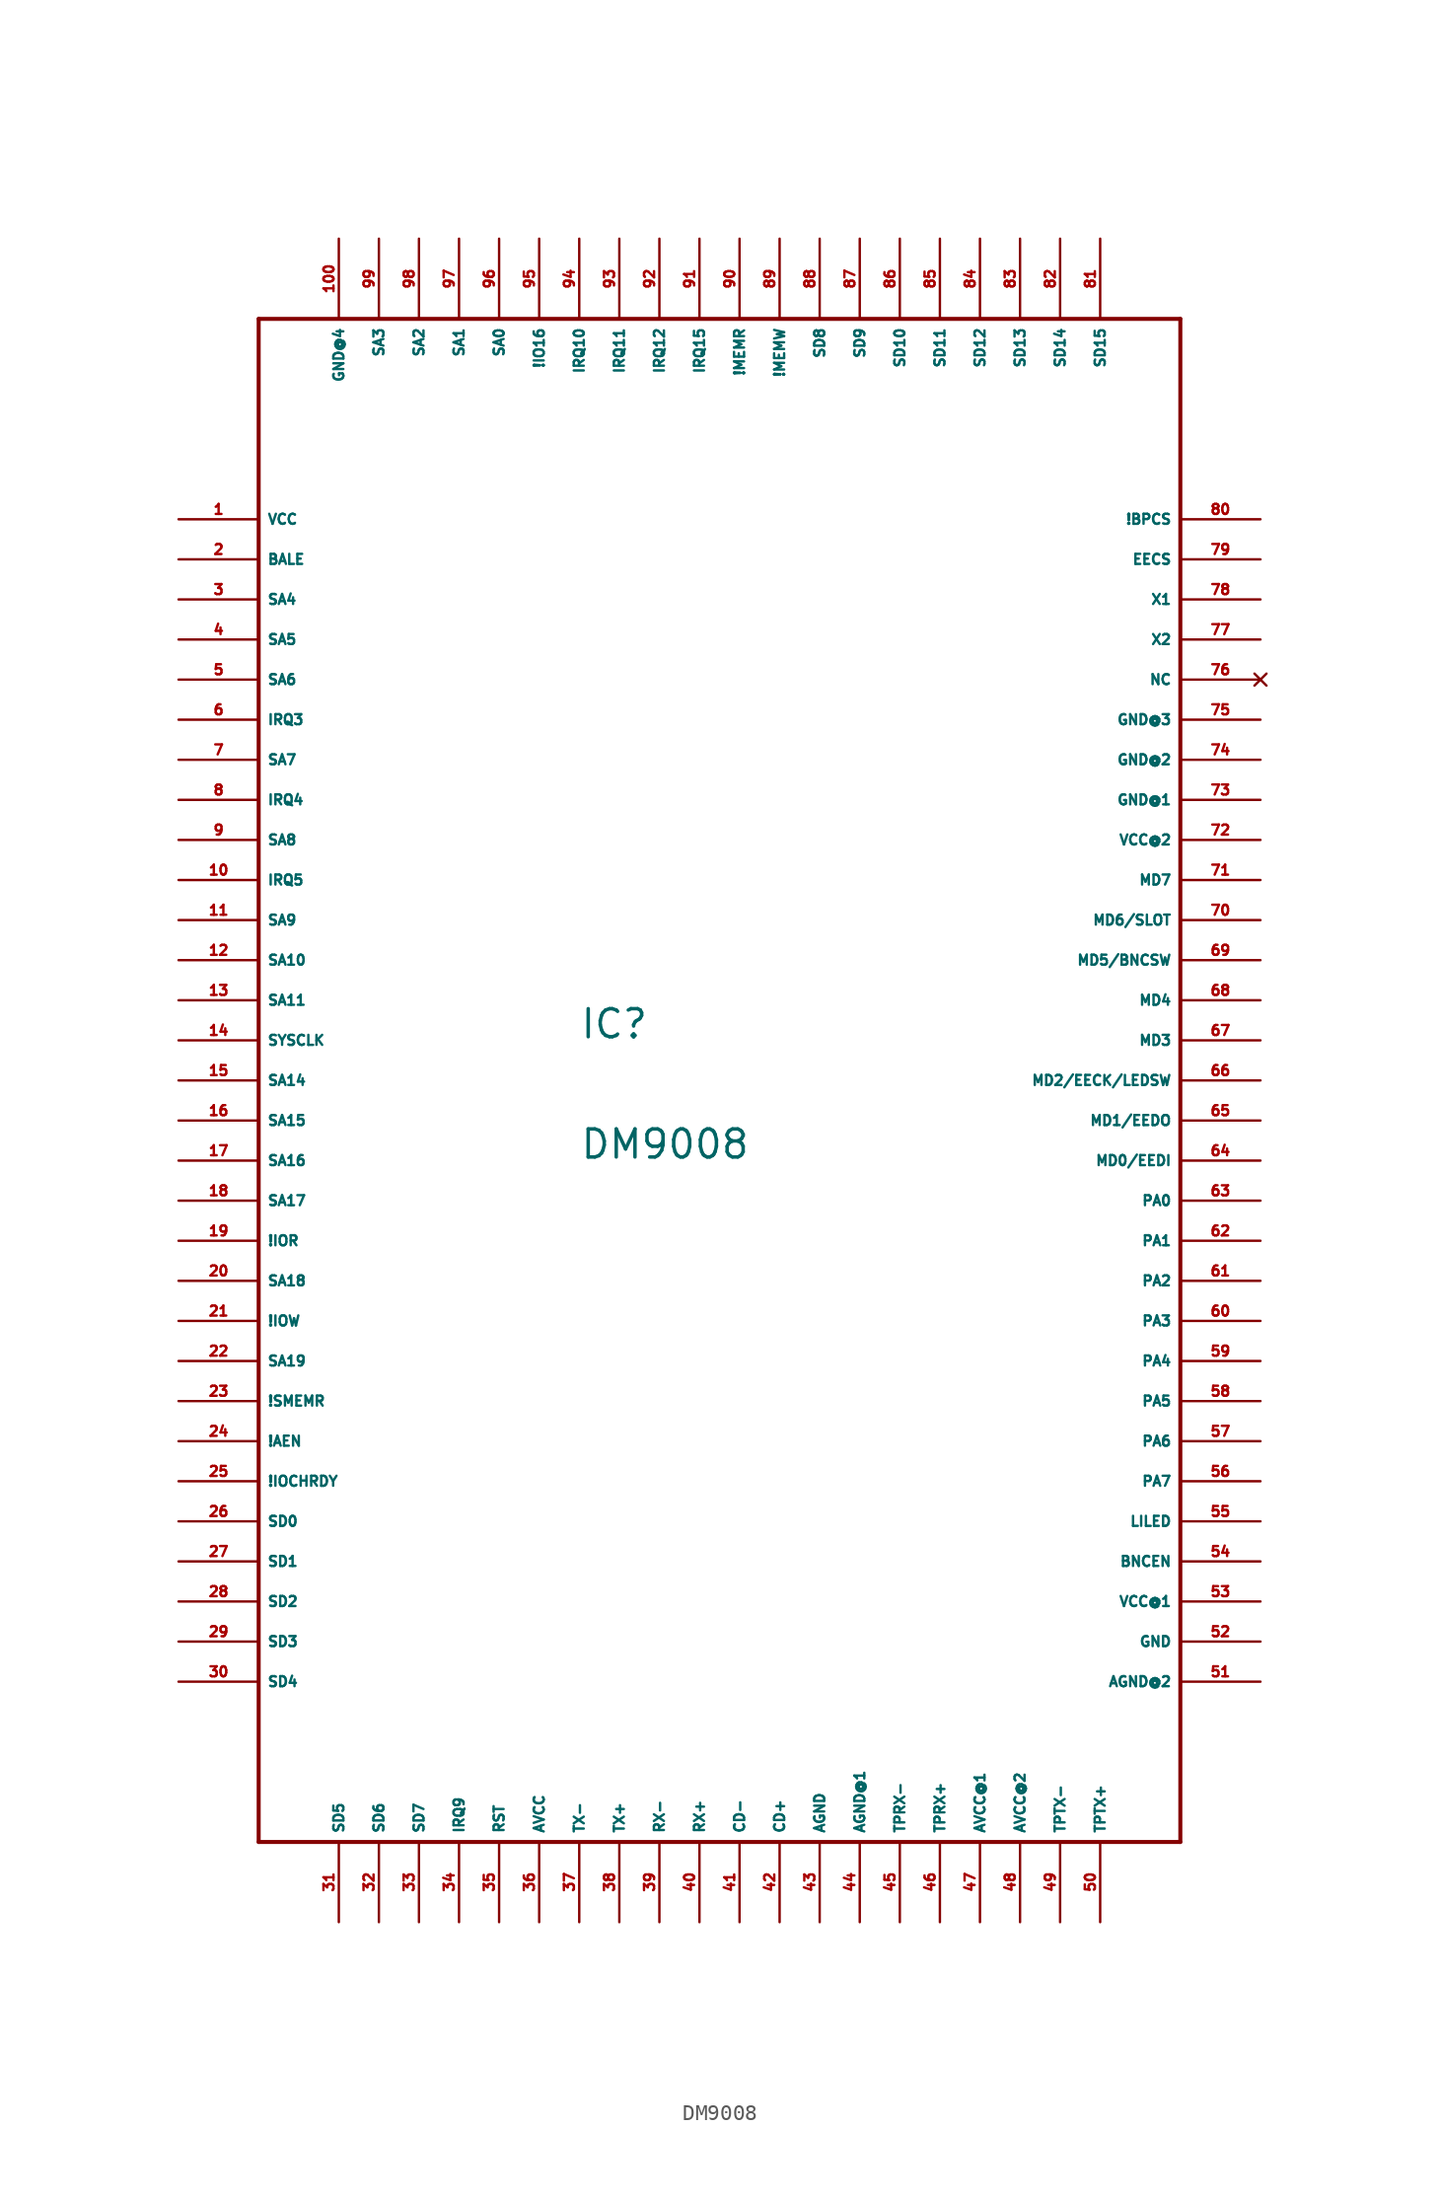
<source format=kicad_sym>
(kicad_symbol_lib
  (version 20220914)
  (generator Eagle2Kicad)
  (symbol "DM9008"
    (property "Reference" "IC"
      (at -7.62 2.54 0)
      (effects (font (size 1.778 1.778) (thickness 0.22)) (justify left bottom)))
    (property "Value" "DM9008"
      (at -7.62 -5.08 0)
      (effects (font (size 1.778 1.778) (thickness 0.22)) (justify left bottom)))
    (polyline
      (pts (xy -27.94 -48.26) (xy 30.48 -48.26))
      (stroke (width 0.254) (type default))
      (fill (type none)))
    (polyline
      (pts (xy 30.48 -48.26) (xy 30.48 48.26))
      (stroke (width 0.254) (type default))
      (fill (type none)))
    (polyline
      (pts (xy 30.48 48.26) (xy -27.94 48.26))
      (stroke (width 0.254) (type default))
      (fill (type none)))
    (polyline
      (pts (xy -27.94 48.26) (xy -27.94 -48.26))
      (stroke (width 0.254) (type default))
      (fill (type none)))
    (pin unspecified line
      (at -33.02 35.56 0)
      (length 5.08)
      (name "VCC" (effects (font (size 0.635 0.635) (thickness 0.08)) (justify left bottom)))
      (number "1" (effects (font (size 0.635 0.635) (thickness 0.08)) (justify left bottom))))
    (pin input line
      (at -33.02 33.02 0)
      (length 5.08)
      (name "BALE" (effects (font (size 0.635 0.635) (thickness 0.08)) (justify left bottom)))
      (number "2" (effects (font (size 0.635 0.635) (thickness 0.08)) (justify left bottom))))
    (pin input line
      (at -33.02 30.48 0)
      (length 5.08)
      (name "SA4" (effects (font (size 0.635 0.635) (thickness 0.08)) (justify left bottom)))
      (number "3" (effects (font (size 0.635 0.635) (thickness 0.08)) (justify left bottom))))
    (pin input line
      (at -33.02 27.94 0)
      (length 5.08)
      (name "SA5" (effects (font (size 0.635 0.635) (thickness 0.08)) (justify left bottom)))
      (number "4" (effects (font (size 0.635 0.635) (thickness 0.08)) (justify left bottom))))
    (pin input line
      (at -33.02 25.4 0)
      (length 5.08)
      (name "SA6" (effects (font (size 0.635 0.635) (thickness 0.08)) (justify left bottom)))
      (number "5" (effects (font (size 0.635 0.635) (thickness 0.08)) (justify left bottom))))
    (pin tri_state line
      (at -33.02 22.86 0)
      (length 5.08)
      (name "IRQ3" (effects (font (size 0.635 0.635) (thickness 0.08)) (justify left bottom)))
      (number "6" (effects (font (size 0.635 0.635) (thickness 0.08)) (justify left bottom))))
    (pin input line
      (at -33.02 20.32 0)
      (length 5.08)
      (name "SA7" (effects (font (size 0.635 0.635) (thickness 0.08)) (justify left bottom)))
      (number "7" (effects (font (size 0.635 0.635) (thickness 0.08)) (justify left bottom))))
    (pin tri_state line
      (at -33.02 17.78 0)
      (length 5.08)
      (name "IRQ4" (effects (font (size 0.635 0.635) (thickness 0.08)) (justify left bottom)))
      (number "8" (effects (font (size 0.635 0.635) (thickness 0.08)) (justify left bottom))))
    (pin input line
      (at -33.02 15.24 0)
      (length 5.08)
      (name "SA8" (effects (font (size 0.635 0.635) (thickness 0.08)) (justify left bottom)))
      (number "9" (effects (font (size 0.635 0.635) (thickness 0.08)) (justify left bottom))))
    (pin tri_state line
      (at -33.02 12.7 0)
      (length 5.08)
      (name "IRQ5" (effects (font (size 0.635 0.635) (thickness 0.08)) (justify left bottom)))
      (number "10" (effects (font (size 0.635 0.635) (thickness 0.08)) (justify left bottom))))
    (pin input line
      (at -33.02 10.16 0)
      (length 5.08)
      (name "SA9" (effects (font (size 0.635 0.635) (thickness 0.08)) (justify left bottom)))
      (number "11" (effects (font (size 0.635 0.635) (thickness 0.08)) (justify left bottom))))
    (pin input line
      (at -33.02 7.62 0)
      (length 5.08)
      (name "SA10" (effects (font (size 0.635 0.635) (thickness 0.08)) (justify left bottom)))
      (number "12" (effects (font (size 0.635 0.635) (thickness 0.08)) (justify left bottom))))
    (pin input line
      (at -33.02 5.08 0)
      (length 5.08)
      (name "SA11" (effects (font (size 0.635 0.635) (thickness 0.08)) (justify left bottom)))
      (number "13" (effects (font (size 0.635 0.635) (thickness 0.08)) (justify left bottom))))
    (pin input line
      (at -33.02 2.54 0)
      (length 5.08)
      (name "SYSCLK" (effects (font (size 0.635 0.635) (thickness 0.08)) (justify left bottom)))
      (number "14" (effects (font (size 0.635 0.635) (thickness 0.08)) (justify left bottom))))
    (pin input line
      (at -33.02 0 0)
      (length 5.08)
      (name "SA14" (effects (font (size 0.635 0.635) (thickness 0.08)) (justify left bottom)))
      (number "15" (effects (font (size 0.635 0.635) (thickness 0.08)) (justify left bottom))))
    (pin input line
      (at -33.02 -2.54 0)
      (length 5.08)
      (name "SA15" (effects (font (size 0.635 0.635) (thickness 0.08)) (justify left bottom)))
      (number "16" (effects (font (size 0.635 0.635) (thickness 0.08)) (justify left bottom))))
    (pin input line
      (at -33.02 -5.08 0)
      (length 5.08)
      (name "SA16" (effects (font (size 0.635 0.635) (thickness 0.08)) (justify left bottom)))
      (number "17" (effects (font (size 0.635 0.635) (thickness 0.08)) (justify left bottom))))
    (pin input line
      (at -33.02 -7.62 0)
      (length 5.08)
      (name "SA17" (effects (font (size 0.635 0.635) (thickness 0.08)) (justify left bottom)))
      (number "18" (effects (font (size 0.635 0.635) (thickness 0.08)) (justify left bottom))))
    (pin input line
      (at -33.02 -10.16 0)
      (length 5.08)
      (name "!IOR" (effects (font (size 0.635 0.635) (thickness 0.08)) (justify left bottom)))
      (number "19" (effects (font (size 0.635 0.635) (thickness 0.08)) (justify left bottom))))
    (pin input line
      (at -33.02 -12.7 0)
      (length 5.08)
      (name "SA18" (effects (font (size 0.635 0.635) (thickness 0.08)) (justify left bottom)))
      (number "20" (effects (font (size 0.635 0.635) (thickness 0.08)) (justify left bottom))))
    (pin input line
      (at -33.02 -15.24 0)
      (length 5.08)
      (name "!IOW" (effects (font (size 0.635 0.635) (thickness 0.08)) (justify left bottom)))
      (number "21" (effects (font (size 0.635 0.635) (thickness 0.08)) (justify left bottom))))
    (pin input line
      (at -33.02 -17.78 0)
      (length 5.08)
      (name "SA19" (effects (font (size 0.635 0.635) (thickness 0.08)) (justify left bottom)))
      (number "22" (effects (font (size 0.635 0.635) (thickness 0.08)) (justify left bottom))))
    (pin input line
      (at -33.02 -20.32 0)
      (length 5.08)
      (name "!SMEMR" (effects (font (size 0.635 0.635) (thickness 0.08)) (justify left bottom)))
      (number "23" (effects (font (size 0.635 0.635) (thickness 0.08)) (justify left bottom))))
    (pin input line
      (at -33.02 -22.86 0)
      (length 5.08)
      (name "!AEN" (effects (font (size 0.635 0.635) (thickness 0.08)) (justify left bottom)))
      (number "24" (effects (font (size 0.635 0.635) (thickness 0.08)) (justify left bottom))))
    (pin tri_state line
      (at -33.02 -25.4 0)
      (length 5.08)
      (name "!IOCHRDY" (effects (font (size 0.635 0.635) (thickness 0.08)) (justify left bottom)))
      (number "25" (effects (font (size 0.635 0.635) (thickness 0.08)) (justify left bottom))))
    (pin tri_state line
      (at -33.02 -27.94 0)
      (length 5.08)
      (name "SD0" (effects (font (size 0.635 0.635) (thickness 0.08)) (justify left bottom)))
      (number "26" (effects (font (size 0.635 0.635) (thickness 0.08)) (justify left bottom))))
    (pin tri_state line
      (at -33.02 -30.48 0)
      (length 5.08)
      (name "SD1" (effects (font (size 0.635 0.635) (thickness 0.08)) (justify left bottom)))
      (number "27" (effects (font (size 0.635 0.635) (thickness 0.08)) (justify left bottom))))
    (pin tri_state line
      (at -33.02 -33.02 0)
      (length 5.08)
      (name "SD2" (effects (font (size 0.635 0.635) (thickness 0.08)) (justify left bottom)))
      (number "28" (effects (font (size 0.635 0.635) (thickness 0.08)) (justify left bottom))))
    (pin tri_state line
      (at -33.02 -35.56 0)
      (length 5.08)
      (name "SD3" (effects (font (size 0.635 0.635) (thickness 0.08)) (justify left bottom)))
      (number "29" (effects (font (size 0.635 0.635) (thickness 0.08)) (justify left bottom))))
    (pin tri_state line
      (at -33.02 -38.1 0)
      (length 5.08)
      (name "SD4" (effects (font (size 0.635 0.635) (thickness 0.08)) (justify left bottom)))
      (number "30" (effects (font (size 0.635 0.635) (thickness 0.08)) (justify left bottom))))
    (pin tri_state line
      (at -22.86 -53.34 90)
      (length 5.08)
      (name "SD5" (effects (font (size 0.635 0.635) (thickness 0.08)) (justify left bottom)))
      (number "31" (effects (font (size 0.635 0.635) (thickness 0.08)) (justify left bottom))))
    (pin tri_state line
      (at -20.32 -53.34 90)
      (length 5.08)
      (name "SD6" (effects (font (size 0.635 0.635) (thickness 0.08)) (justify left bottom)))
      (number "32" (effects (font (size 0.635 0.635) (thickness 0.08)) (justify left bottom))))
    (pin tri_state line
      (at -17.78 -53.34 90)
      (length 5.08)
      (name "SD7" (effects (font (size 0.635 0.635) (thickness 0.08)) (justify left bottom)))
      (number "33" (effects (font (size 0.635 0.635) (thickness 0.08)) (justify left bottom))))
    (pin tri_state line
      (at -15.24 -53.34 90)
      (length 5.08)
      (name "IRQ9" (effects (font (size 0.635 0.635) (thickness 0.08)) (justify left bottom)))
      (number "34" (effects (font (size 0.635 0.635) (thickness 0.08)) (justify left bottom))))
    (pin input line
      (at -12.7 -53.34 90)
      (length 5.08)
      (name "RST" (effects (font (size 0.635 0.635) (thickness 0.08)) (justify left bottom)))
      (number "35" (effects (font (size 0.635 0.635) (thickness 0.08)) (justify left bottom))))
    (pin unspecified line
      (at -10.16 -53.34 90)
      (length 5.08)
      (name "AVCC" (effects (font (size 0.635 0.635) (thickness 0.08)) (justify left bottom)))
      (number "36" (effects (font (size 0.635 0.635) (thickness 0.08)) (justify left bottom))))
    (pin output line
      (at -7.62 -53.34 90)
      (length 5.08)
      (name "TX-" (effects (font (size 0.635 0.635) (thickness 0.08)) (justify left bottom)))
      (number "37" (effects (font (size 0.635 0.635) (thickness 0.08)) (justify left bottom))))
    (pin output line
      (at -5.08 -53.34 90)
      (length 5.08)
      (name "TX+" (effects (font (size 0.635 0.635) (thickness 0.08)) (justify left bottom)))
      (number "38" (effects (font (size 0.635 0.635) (thickness 0.08)) (justify left bottom))))
    (pin input line
      (at -2.54 -53.34 90)
      (length 5.08)
      (name "RX-" (effects (font (size 0.635 0.635) (thickness 0.08)) (justify left bottom)))
      (number "39" (effects (font (size 0.635 0.635) (thickness 0.08)) (justify left bottom))))
    (pin input line
      (at 0 -53.34 90)
      (length 5.08)
      (name "RX+" (effects (font (size 0.635 0.635) (thickness 0.08)) (justify left bottom)))
      (number "40" (effects (font (size 0.635 0.635) (thickness 0.08)) (justify left bottom))))
    (pin input line
      (at 2.54 -53.34 90)
      (length 5.08)
      (name "CD-" (effects (font (size 0.635 0.635) (thickness 0.08)) (justify left bottom)))
      (number "41" (effects (font (size 0.635 0.635) (thickness 0.08)) (justify left bottom))))
    (pin input line
      (at 5.08 -53.34 90)
      (length 5.08)
      (name "CD+" (effects (font (size 0.635 0.635) (thickness 0.08)) (justify left bottom)))
      (number "42" (effects (font (size 0.635 0.635) (thickness 0.08)) (justify left bottom))))
    (pin unspecified line
      (at 7.62 -53.34 90)
      (length 5.08)
      (name "AGND" (effects (font (size 0.635 0.635) (thickness 0.08)) (justify left bottom)))
      (number "43" (effects (font (size 0.635 0.635) (thickness 0.08)) (justify left bottom))))
    (pin unspecified line
      (at 10.16 -53.34 90)
      (length 5.08)
      (name "AGND@1" (effects (font (size 0.635 0.635) (thickness 0.08)) (justify left bottom)))
      (number "44" (effects (font (size 0.635 0.635) (thickness 0.08)) (justify left bottom))))
    (pin input line
      (at 12.7 -53.34 90)
      (length 5.08)
      (name "TPRX-" (effects (font (size 0.635 0.635) (thickness 0.08)) (justify left bottom)))
      (number "45" (effects (font (size 0.635 0.635) (thickness 0.08)) (justify left bottom))))
    (pin input line
      (at 15.24 -53.34 90)
      (length 5.08)
      (name "TPRX+" (effects (font (size 0.635 0.635) (thickness 0.08)) (justify left bottom)))
      (number "46" (effects (font (size 0.635 0.635) (thickness 0.08)) (justify left bottom))))
    (pin unspecified line
      (at 17.78 -53.34 90)
      (length 5.08)
      (name "AVCC@1" (effects (font (size 0.635 0.635) (thickness 0.08)) (justify left bottom)))
      (number "47" (effects (font (size 0.635 0.635) (thickness 0.08)) (justify left bottom))))
    (pin unspecified line
      (at 20.32 -53.34 90)
      (length 5.08)
      (name "AVCC@2" (effects (font (size 0.635 0.635) (thickness 0.08)) (justify left bottom)))
      (number "48" (effects (font (size 0.635 0.635) (thickness 0.08)) (justify left bottom))))
    (pin output line
      (at 22.86 -53.34 90)
      (length 5.08)
      (name "TPTX-" (effects (font (size 0.635 0.635) (thickness 0.08)) (justify left bottom)))
      (number "49" (effects (font (size 0.635 0.635) (thickness 0.08)) (justify left bottom))))
    (pin output line
      (at 25.4 -53.34 90)
      (length 5.08)
      (name "TPTX+" (effects (font (size 0.635 0.635) (thickness 0.08)) (justify left bottom)))
      (number "50" (effects (font (size 0.635 0.635) (thickness 0.08)) (justify left bottom))))
    (pin unspecified line
      (at 35.56 -38.1 180)
      (length 5.08)
      (name "AGND@2" (effects (font (size 0.635 0.635) (thickness 0.08)) (justify left bottom)))
      (number "51" (effects (font (size 0.635 0.635) (thickness 0.08)) (justify left bottom))))
    (pin unspecified line
      (at 35.56 -35.56 180)
      (length 5.08)
      (name "GND" (effects (font (size 0.635 0.635) (thickness 0.08)) (justify left bottom)))
      (number "52" (effects (font (size 0.635 0.635) (thickness 0.08)) (justify left bottom))))
    (pin unspecified line
      (at 35.56 -33.02 180)
      (length 5.08)
      (name "VCC@1" (effects (font (size 0.635 0.635) (thickness 0.08)) (justify left bottom)))
      (number "53" (effects (font (size 0.635 0.635) (thickness 0.08)) (justify left bottom))))
    (pin output line
      (at 35.56 -30.48 180)
      (length 5.08)
      (name "BNCEN" (effects (font (size 0.635 0.635) (thickness 0.08)) (justify left bottom)))
      (number "54" (effects (font (size 0.635 0.635) (thickness 0.08)) (justify left bottom))))
    (pin open_collector line
      (at 35.56 -27.94 180)
      (length 5.08)
      (name "LILED" (effects (font (size 0.635 0.635) (thickness 0.08)) (justify left bottom)))
      (number "55" (effects (font (size 0.635 0.635) (thickness 0.08)) (justify left bottom))))
    (pin output line
      (at 35.56 -25.4 180)
      (length 5.08)
      (name "PA7" (effects (font (size 0.635 0.635) (thickness 0.08)) (justify left bottom)))
      (number "56" (effects (font (size 0.635 0.635) (thickness 0.08)) (justify left bottom))))
    (pin output line
      (at 35.56 -22.86 180)
      (length 5.08)
      (name "PA6" (effects (font (size 0.635 0.635) (thickness 0.08)) (justify left bottom)))
      (number "57" (effects (font (size 0.635 0.635) (thickness 0.08)) (justify left bottom))))
    (pin output line
      (at 35.56 -20.32 180)
      (length 5.08)
      (name "PA5" (effects (font (size 0.635 0.635) (thickness 0.08)) (justify left bottom)))
      (number "58" (effects (font (size 0.635 0.635) (thickness 0.08)) (justify left bottom))))
    (pin output line
      (at 35.56 -17.78 180)
      (length 5.08)
      (name "PA4" (effects (font (size 0.635 0.635) (thickness 0.08)) (justify left bottom)))
      (number "59" (effects (font (size 0.635 0.635) (thickness 0.08)) (justify left bottom))))
    (pin output line
      (at 35.56 -15.24 180)
      (length 5.08)
      (name "PA3" (effects (font (size 0.635 0.635) (thickness 0.08)) (justify left bottom)))
      (number "60" (effects (font (size 0.635 0.635) (thickness 0.08)) (justify left bottom))))
    (pin output line
      (at 35.56 -12.7 180)
      (length 5.08)
      (name "PA2" (effects (font (size 0.635 0.635) (thickness 0.08)) (justify left bottom)))
      (number "61" (effects (font (size 0.635 0.635) (thickness 0.08)) (justify left bottom))))
    (pin output line
      (at 35.56 -10.16 180)
      (length 5.08)
      (name "PA1" (effects (font (size 0.635 0.635) (thickness 0.08)) (justify left bottom)))
      (number "62" (effects (font (size 0.635 0.635) (thickness 0.08)) (justify left bottom))))
    (pin output line
      (at 35.56 -7.62 180)
      (length 5.08)
      (name "PA0" (effects (font (size 0.635 0.635) (thickness 0.08)) (justify left bottom)))
      (number "63" (effects (font (size 0.635 0.635) (thickness 0.08)) (justify left bottom))))
    (pin tri_state line
      (at 35.56 -5.08 180)
      (length 5.08)
      (name "MD0/EEDI" (effects (font (size 0.635 0.635) (thickness 0.08)) (justify left bottom)))
      (number "64" (effects (font (size 0.635 0.635) (thickness 0.08)) (justify left bottom))))
    (pin tri_state line
      (at 35.56 -2.54 180)
      (length 5.08)
      (name "MD1/EEDO" (effects (font (size 0.635 0.635) (thickness 0.08)) (justify left bottom)))
      (number "65" (effects (font (size 0.635 0.635) (thickness 0.08)) (justify left bottom))))
    (pin tri_state line
      (at 35.56 0 180)
      (length 5.08)
      (name "MD2/EECK/LEDSW" (effects (font (size 0.635 0.635) (thickness 0.08)) (justify left bottom)))
      (number "66" (effects (font (size 0.635 0.635) (thickness 0.08)) (justify left bottom))))
    (pin tri_state line
      (at 35.56 2.54 180)
      (length 5.08)
      (name "MD3" (effects (font (size 0.635 0.635) (thickness 0.08)) (justify left bottom)))
      (number "67" (effects (font (size 0.635 0.635) (thickness 0.08)) (justify left bottom))))
    (pin tri_state line
      (at 35.56 5.08 180)
      (length 5.08)
      (name "MD4" (effects (font (size 0.635 0.635) (thickness 0.08)) (justify left bottom)))
      (number "68" (effects (font (size 0.635 0.635) (thickness 0.08)) (justify left bottom))))
    (pin tri_state line
      (at 35.56 7.62 180)
      (length 5.08)
      (name "MD5/BNCSW" (effects (font (size 0.635 0.635) (thickness 0.08)) (justify left bottom)))
      (number "69" (effects (font (size 0.635 0.635) (thickness 0.08)) (justify left bottom))))
    (pin tri_state line
      (at 35.56 10.16 180)
      (length 5.08)
      (name "MD6/SLOT" (effects (font (size 0.635 0.635) (thickness 0.08)) (justify left bottom)))
      (number "70" (effects (font (size 0.635 0.635) (thickness 0.08)) (justify left bottom))))
    (pin tri_state line
      (at 35.56 12.7 180)
      (length 5.08)
      (name "MD7" (effects (font (size 0.635 0.635) (thickness 0.08)) (justify left bottom)))
      (number "71" (effects (font (size 0.635 0.635) (thickness 0.08)) (justify left bottom))))
    (pin unspecified line
      (at 35.56 15.24 180)
      (length 5.08)
      (name "VCC@2" (effects (font (size 0.635 0.635) (thickness 0.08)) (justify left bottom)))
      (number "72" (effects (font (size 0.635 0.635) (thickness 0.08)) (justify left bottom))))
    (pin unspecified line
      (at 35.56 17.78 180)
      (length 5.08)
      (name "GND@1" (effects (font (size 0.635 0.635) (thickness 0.08)) (justify left bottom)))
      (number "73" (effects (font (size 0.635 0.635) (thickness 0.08)) (justify left bottom))))
    (pin unspecified line
      (at 35.56 20.32 180)
      (length 5.08)
      (name "GND@2" (effects (font (size 0.635 0.635) (thickness 0.08)) (justify left bottom)))
      (number "74" (effects (font (size 0.635 0.635) (thickness 0.08)) (justify left bottom))))
    (pin unspecified line
      (at 35.56 22.86 180)
      (length 5.08)
      (name "GND@3" (effects (font (size 0.635 0.635) (thickness 0.08)) (justify left bottom)))
      (number "75" (effects (font (size 0.635 0.635) (thickness 0.08)) (justify left bottom))))
    (pin no_connect line
      (at 35.56 25.4 180)
      (length 5.08)
      (name "NC" (effects (font (size 0.635 0.635) (thickness 0.08)) (justify left bottom) hide))
      (number "76" (effects (font (size 0.635 0.635) (thickness 0.08)) (justify left bottom) hide)))
    (pin input line
      (at 35.56 27.94 180)
      (length 5.08)
      (name "X2" (effects (font (size 0.635 0.635) (thickness 0.08)) (justify left bottom)))
      (number "77" (effects (font (size 0.635 0.635) (thickness 0.08)) (justify left bottom))))
    (pin output line
      (at 35.56 30.48 180)
      (length 5.08)
      (name "X1" (effects (font (size 0.635 0.635) (thickness 0.08)) (justify left bottom)))
      (number "78" (effects (font (size 0.635 0.635) (thickness 0.08)) (justify left bottom))))
    (pin output line
      (at 35.56 33.02 180)
      (length 5.08)
      (name "EECS" (effects (font (size 0.635 0.635) (thickness 0.08)) (justify left bottom)))
      (number "79" (effects (font (size 0.635 0.635) (thickness 0.08)) (justify left bottom))))
    (pin output line
      (at 35.56 35.56 180)
      (length 5.08)
      (name "!BPCS" (effects (font (size 0.635 0.635) (thickness 0.08)) (justify left bottom)))
      (number "80" (effects (font (size 0.635 0.635) (thickness 0.08)) (justify left bottom))))
    (pin tri_state line
      (at 25.4 53.34 270)
      (length 5.08)
      (name "SD15" (effects (font (size 0.635 0.635) (thickness 0.08)) (justify left bottom)))
      (number "81" (effects (font (size 0.635 0.635) (thickness 0.08)) (justify left bottom))))
    (pin tri_state line
      (at 22.86 53.34 270)
      (length 5.08)
      (name "SD14" (effects (font (size 0.635 0.635) (thickness 0.08)) (justify left bottom)))
      (number "82" (effects (font (size 0.635 0.635) (thickness 0.08)) (justify left bottom))))
    (pin tri_state line
      (at 20.32 53.34 270)
      (length 5.08)
      (name "SD13" (effects (font (size 0.635 0.635) (thickness 0.08)) (justify left bottom)))
      (number "83" (effects (font (size 0.635 0.635) (thickness 0.08)) (justify left bottom))))
    (pin tri_state line
      (at 17.78 53.34 270)
      (length 5.08)
      (name "SD12" (effects (font (size 0.635 0.635) (thickness 0.08)) (justify left bottom)))
      (number "84" (effects (font (size 0.635 0.635) (thickness 0.08)) (justify left bottom))))
    (pin tri_state line
      (at 15.24 53.34 270)
      (length 5.08)
      (name "SD11" (effects (font (size 0.635 0.635) (thickness 0.08)) (justify left bottom)))
      (number "85" (effects (font (size 0.635 0.635) (thickness 0.08)) (justify left bottom))))
    (pin tri_state line
      (at 12.7 53.34 270)
      (length 5.08)
      (name "SD10" (effects (font (size 0.635 0.635) (thickness 0.08)) (justify left bottom)))
      (number "86" (effects (font (size 0.635 0.635) (thickness 0.08)) (justify left bottom))))
    (pin tri_state line
      (at 10.16 53.34 270)
      (length 5.08)
      (name "SD9" (effects (font (size 0.635 0.635) (thickness 0.08)) (justify left bottom)))
      (number "87" (effects (font (size 0.635 0.635) (thickness 0.08)) (justify left bottom))))
    (pin tri_state line
      (at 7.62 53.34 270)
      (length 5.08)
      (name "SD8" (effects (font (size 0.635 0.635) (thickness 0.08)) (justify left bottom)))
      (number "88" (effects (font (size 0.635 0.635) (thickness 0.08)) (justify left bottom))))
    (pin input line
      (at 5.08 53.34 270)
      (length 5.08)
      (name "!MEMW" (effects (font (size 0.635 0.635) (thickness 0.08)) (justify left bottom)))
      (number "89" (effects (font (size 0.635 0.635) (thickness 0.08)) (justify left bottom))))
    (pin input line
      (at 2.54 53.34 270)
      (length 5.08)
      (name "!MEMR" (effects (font (size 0.635 0.635) (thickness 0.08)) (justify left bottom)))
      (number "90" (effects (font (size 0.635 0.635) (thickness 0.08)) (justify left bottom))))
    (pin tri_state line
      (at 0 53.34 270)
      (length 5.08)
      (name "IRQ15" (effects (font (size 0.635 0.635) (thickness 0.08)) (justify left bottom)))
      (number "91" (effects (font (size 0.635 0.635) (thickness 0.08)) (justify left bottom))))
    (pin tri_state line
      (at -2.54 53.34 270)
      (length 5.08)
      (name "IRQ12" (effects (font (size 0.635 0.635) (thickness 0.08)) (justify left bottom)))
      (number "92" (effects (font (size 0.635 0.635) (thickness 0.08)) (justify left bottom))))
    (pin tri_state line
      (at -5.08 53.34 270)
      (length 5.08)
      (name "IRQ11" (effects (font (size 0.635 0.635) (thickness 0.08)) (justify left bottom)))
      (number "93" (effects (font (size 0.635 0.635) (thickness 0.08)) (justify left bottom))))
    (pin tri_state line
      (at -7.62 53.34 270)
      (length 5.08)
      (name "IRQ10" (effects (font (size 0.635 0.635) (thickness 0.08)) (justify left bottom)))
      (number "94" (effects (font (size 0.635 0.635) (thickness 0.08)) (justify left bottom))))
    (pin tri_state line
      (at -10.16 53.34 270)
      (length 5.08)
      (name "!IO16" (effects (font (size 0.635 0.635) (thickness 0.08)) (justify left bottom)))
      (number "95" (effects (font (size 0.635 0.635) (thickness 0.08)) (justify left bottom))))
    (pin input line
      (at -12.7 53.34 270)
      (length 5.08)
      (name "SA0" (effects (font (size 0.635 0.635) (thickness 0.08)) (justify left bottom)))
      (number "96" (effects (font (size 0.635 0.635) (thickness 0.08)) (justify left bottom))))
    (pin input line
      (at -15.24 53.34 270)
      (length 5.08)
      (name "SA1" (effects (font (size 0.635 0.635) (thickness 0.08)) (justify left bottom)))
      (number "97" (effects (font (size 0.635 0.635) (thickness 0.08)) (justify left bottom))))
    (pin input line
      (at -17.78 53.34 270)
      (length 5.08)
      (name "SA2" (effects (font (size 0.635 0.635) (thickness 0.08)) (justify left bottom)))
      (number "98" (effects (font (size 0.635 0.635) (thickness 0.08)) (justify left bottom))))
    (pin input line
      (at -20.32 53.34 270)
      (length 5.08)
      (name "SA3" (effects (font (size 0.635 0.635) (thickness 0.08)) (justify left bottom)))
      (number "99" (effects (font (size 0.635 0.635) (thickness 0.08)) (justify left bottom))))
    (pin unspecified line
      (at -22.86 53.34 270)
      (length 5.08)
      (name "GND@4" (effects (font (size 0.635 0.635) (thickness 0.08)) (justify left bottom)))
      (number "100" (effects (font (size 0.635 0.635) (thickness 0.08)) (justify left bottom))))))
</source>
